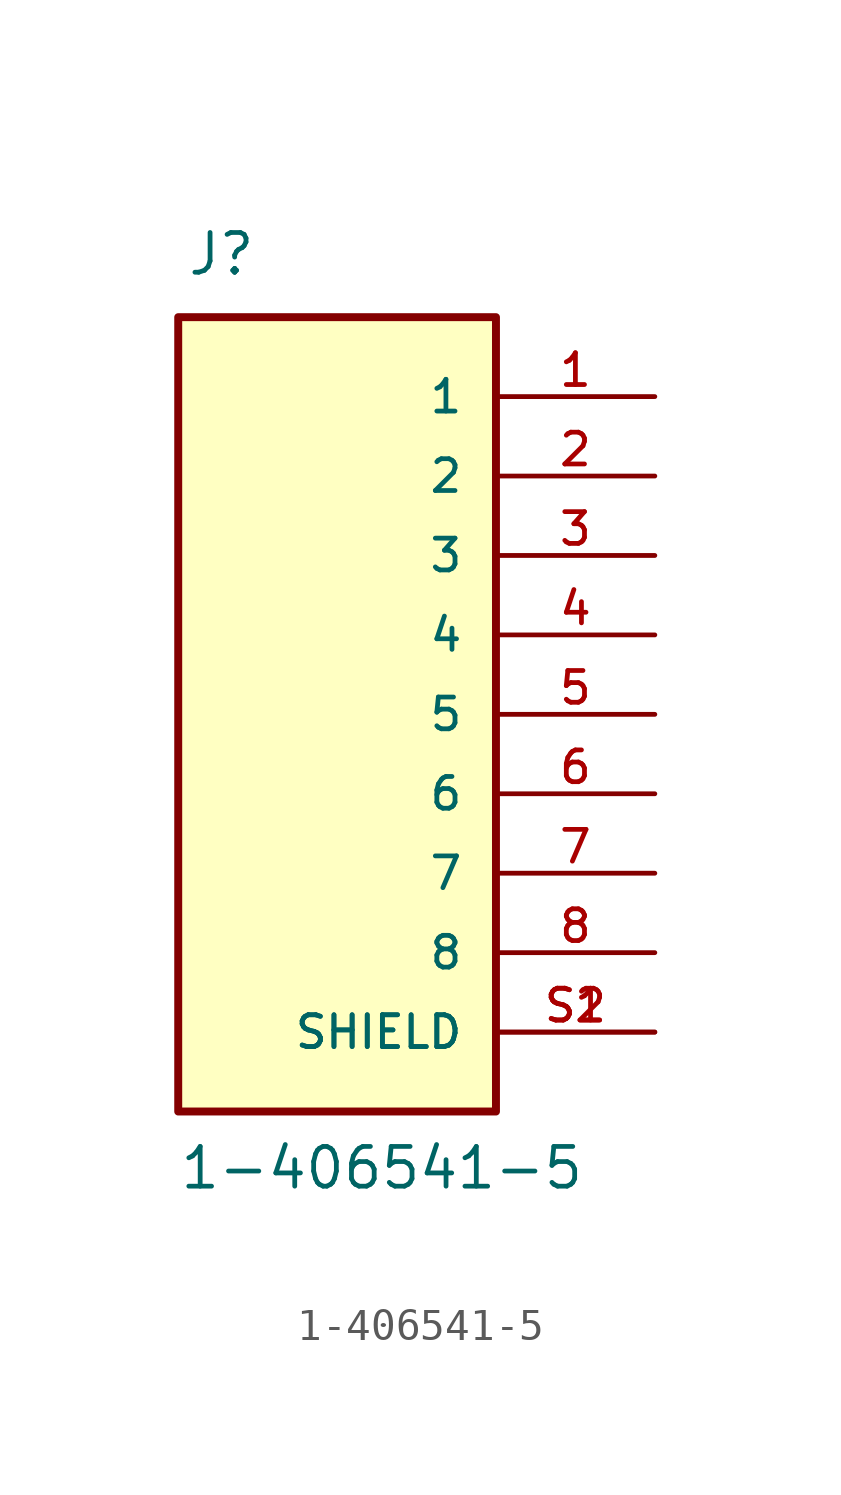
<source format=kicad_sym>
(kicad_symbol_lib
  (version 20211014)
  (generator kicad_symbol_editor)
  (symbol "1-406541-5"
    (pin_names
      (offset 1.016))
    (property "Reference" "J"
      (at -4.827 13.974 0)
      (effects (font (size 1.27 1.27)) (justify bottom left)))
    (property "Value" "1-406541-5"
      (at -5.083 -15.25 0)
      (effects (font (size 1.27 1.27)) (justify bottom left)))
    (symbol "1-406541-5_0_0"
      (rectangle (start -5.08 -12.7) (end 5.08 12.7) (stroke (width 0.254)) (fill (type background)))
      (pin passive line (at 10.16 10.16 180.0) (length 5.08) (name "1" (effects (font (size 1.016 1.016)))) (number "1" (effects (font (size 1.016 1.016)))))
      (pin passive line (at 10.16 7.62 180.0) (length 5.08) (name "2" (effects (font (size 1.016 1.016)))) (number "2" (effects (font (size 1.016 1.016)))))
      (pin passive line (at 10.16 5.08 180.0) (length 5.08) (name "3" (effects (font (size 1.016 1.016)))) (number "3" (effects (font (size 1.016 1.016)))))
      (pin passive line (at 10.16 2.54 180.0) (length 5.08) (name "4" (effects (font (size 1.016 1.016)))) (number "4" (effects (font (size 1.016 1.016)))))
      (pin passive line (at 10.16 0.0 180.0) (length 5.08) (name "5" (effects (font (size 1.016 1.016)))) (number "5" (effects (font (size 1.016 1.016)))))
      (pin passive line (at 10.16 -2.54 180.0) (length 5.08) (name "6" (effects (font (size 1.016 1.016)))) (number "6" (effects (font (size 1.016 1.016)))))
      (pin passive line (at 10.16 -5.08 180.0) (length 5.08) (name "7" (effects (font (size 1.016 1.016)))) (number "7" (effects (font (size 1.016 1.016)))))
      (pin passive line (at 10.16 -7.62 180.0) (length 5.08) (name "8" (effects (font (size 1.016 1.016)))) (number "8" (effects (font (size 1.016 1.016)))))
      (pin passive line (at 10.16 -10.16 180.0) (length 5.08) (name "SHIELD" (effects (font (size 1.016 1.016)))) (number "S1" (effects (font (size 1.016 1.016)))))
      (pin passive line (at 10.16 -10.16 180.0) (length 5.08) (name "SHIELD" (effects (font (size 1.016 1.016)))) (number "S2" (effects (font (size 1.016 1.016))))))))
</source>
